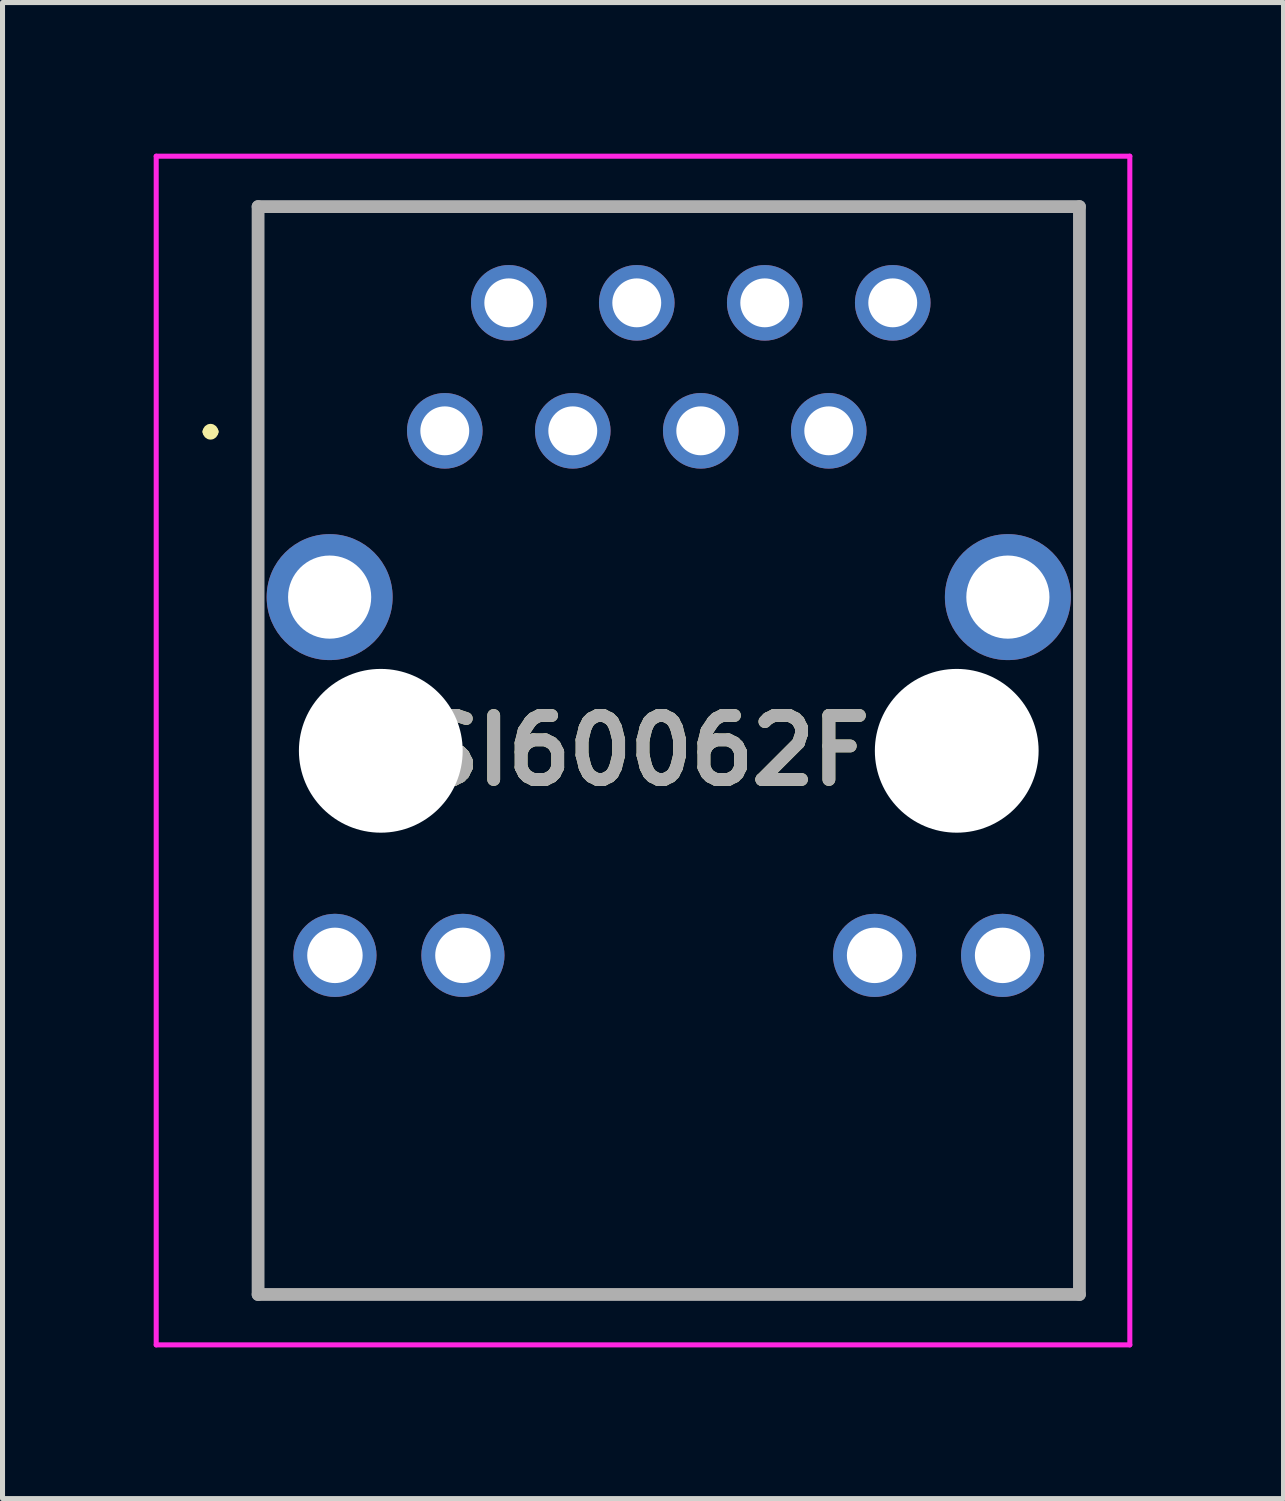
<source format=kicad_pcb>
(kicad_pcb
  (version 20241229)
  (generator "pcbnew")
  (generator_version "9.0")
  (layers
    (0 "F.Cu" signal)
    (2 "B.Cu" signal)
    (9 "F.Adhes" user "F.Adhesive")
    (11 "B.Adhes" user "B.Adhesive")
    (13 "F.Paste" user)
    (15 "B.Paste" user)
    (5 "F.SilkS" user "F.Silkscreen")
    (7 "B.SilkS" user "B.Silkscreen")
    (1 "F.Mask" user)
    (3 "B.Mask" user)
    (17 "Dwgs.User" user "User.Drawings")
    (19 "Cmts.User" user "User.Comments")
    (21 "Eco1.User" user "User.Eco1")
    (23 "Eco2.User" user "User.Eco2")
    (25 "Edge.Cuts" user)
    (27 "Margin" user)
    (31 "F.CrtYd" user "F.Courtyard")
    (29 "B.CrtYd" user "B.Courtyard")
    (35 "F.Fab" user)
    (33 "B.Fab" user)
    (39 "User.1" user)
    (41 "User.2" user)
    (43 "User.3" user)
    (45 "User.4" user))
  (footprint "SI60062F"
    (layer "F.Cu")
    (at 5.777 5.5)
    (property "Reference" "SI60062F" (at 3.934 6.345 0) (layer "F.SilkS") (effects (font (size 1.27 1.27) (thickness 0.254))))
    (attr through_hole)
    (fp_line (start -4.727 0.018) (end -4.727 0.018) (stroke (width 0.157) (type solid)) (layer "F.SilkS"))
    (fp_line (start -4.571 0.018) (end -4.571 0.018) (stroke (width 0.157) (type solid)) (layer "F.SilkS"))
    (fp_line (start -3.705 -4.45) (end 12.595 -4.45) (stroke (width 0.2) (type solid)) (layer "F.SilkS"))
    (fp_line (start -3.705 0.018) (end -3.705 -4.45) (stroke (width 0.2) (type solid)) (layer "F.SilkS"))
    (fp_line (start -3.705 6.35) (end -3.705 17.14) (stroke (width 0.2) (type solid)) (layer "F.SilkS"))
    (fp_line (start -3.705 17.14) (end 12.595 17.14) (stroke (width 0.2) (type solid)) (layer "F.SilkS"))
    (fp_line (start 12.595 -4.45) (end 12.595 0.018) (stroke (width 0.2) (type solid)) (layer "F.SilkS"))
    (fp_line (start 12.595 17.14) (end 12.595 6.35) (stroke (width 0.2) (type solid)) (layer "F.SilkS"))
    (fp_arc (start -4.727 0.018) (mid -4.649 -0.06) (end -4.571 0.018) (stroke (width 0.15652) (type solid)) (layer "F.SilkS"))
    (fp_arc (start -4.571 0.018) (mid -4.649 0.096) (end -4.727 0.018) (stroke (width 0.15652) (type solid)) (layer "F.SilkS"))
    (fp_line (start -5.727 -5.45) (end 13.595 -5.45) (stroke (width 0.1) (type solid)) (layer "F.CrtYd"))
    (fp_line (start -5.727 18.14) (end -5.727 -5.45) (stroke (width 0.1) (type solid)) (layer "F.CrtYd"))
    (fp_line (start 13.595 -5.45) (end 13.595 18.14) (stroke (width 0.1) (type solid)) (layer "F.CrtYd"))
    (fp_line (start 13.595 18.14) (end -5.727 18.14) (stroke (width 0.1) (type solid)) (layer "F.CrtYd"))
    (fp_line (start -3.705 -4.45) (end 12.595 -4.45) (stroke (width 0.254) (type solid)) (layer "F.Fab"))
    (fp_line (start -3.705 17.14) (end -3.705 -4.45) (stroke (width 0.254) (type solid)) (layer "F.Fab"))
    (fp_line (start 12.595 -4.45) (end 12.595 17.14) (stroke (width 0.254) (type solid)) (layer "F.Fab"))
    (fp_line (start 12.595 17.14) (end -3.705 17.14) (stroke (width 0.254) (type solid)) (layer "F.Fab"))
    (fp_text user "${REFERENCE}" (at 3.934 6.345 0) (layer "F.Fab") (effects (font (size 1.27 1.27) (thickness 0.254))))
    (pad "" np_thru_hole circle (at -1.27 6.35) (size 3.25 3.25) (drill 3.25) (layers "*.Cu" "*.Mask"))
    (pad "" np_thru_hole circle (at 10.16 6.35) (size 3.25 3.25) (drill 3.25) (layers "*.Cu" "*.Mask"))
    (pad "1" thru_hole circle (at 0 0) (size 1.5 1.5) (drill 0.97) (layers "*.Cu" "*.Mask"))
    (pad "2" thru_hole circle (at 1.27 -2.54) (size 1.5 1.5) (drill 0.97) (layers "*.Cu" "*.Mask"))
    (pad "3" thru_hole circle (at 2.54 0) (size 1.5 1.5) (drill 0.97) (layers "*.Cu" "*.Mask"))
    (pad "4" thru_hole circle (at 3.81 -2.54) (size 1.5 1.5) (drill 0.97) (layers "*.Cu" "*.Mask"))
    (pad "5" thru_hole circle (at 5.08 0) (size 1.5 1.5) (drill 0.97) (layers "*.Cu" "*.Mask"))
    (pad "6" thru_hole circle (at 6.35 -2.54) (size 1.5 1.5) (drill 0.97) (layers "*.Cu" "*.Mask"))
    (pad "7" thru_hole circle (at 7.62 0) (size 1.5 1.5) (drill 0.97) (layers "*.Cu" "*.Mask"))
    (pad "8" thru_hole circle (at 8.89 -2.54) (size 1.5 1.5) (drill 0.97) (layers "*.Cu" "*.Mask"))
    (pad "9" thru_hole circle (at -2.285 3.3) (size 2.5 2.5) (drill 1.65) (layers "*.Cu" "*.Mask"))
    (pad "10" thru_hole circle (at 11.175 3.3) (size 2.5 2.5) (drill 1.65) (layers "*.Cu" "*.Mask"))
    (pad "11" thru_hole circle (at -2.18 10.41) (size 1.65 1.65) (drill 1.1) (layers "*.Cu" "*.Mask"))
    (pad "12" thru_hole circle (at 0.36 10.41) (size 1.65 1.65) (drill 1.1) (layers "*.Cu" "*.Mask"))
    (pad "13" thru_hole circle (at 8.53 10.41) (size 1.65 1.65) (drill 1.1) (layers "*.Cu" "*.Mask"))
    (pad "14" thru_hole circle (at 11.07 10.41) (size 1.65 1.65) (drill 1.1) (layers "*.Cu" "*.Mask")))
  (gr_rect
    (start -3 -3)
    (end 22.422 26.69)
    (stroke (width 0.1) (type default))
    (fill no)
    (layer "Edge.Cuts")))
</source>
